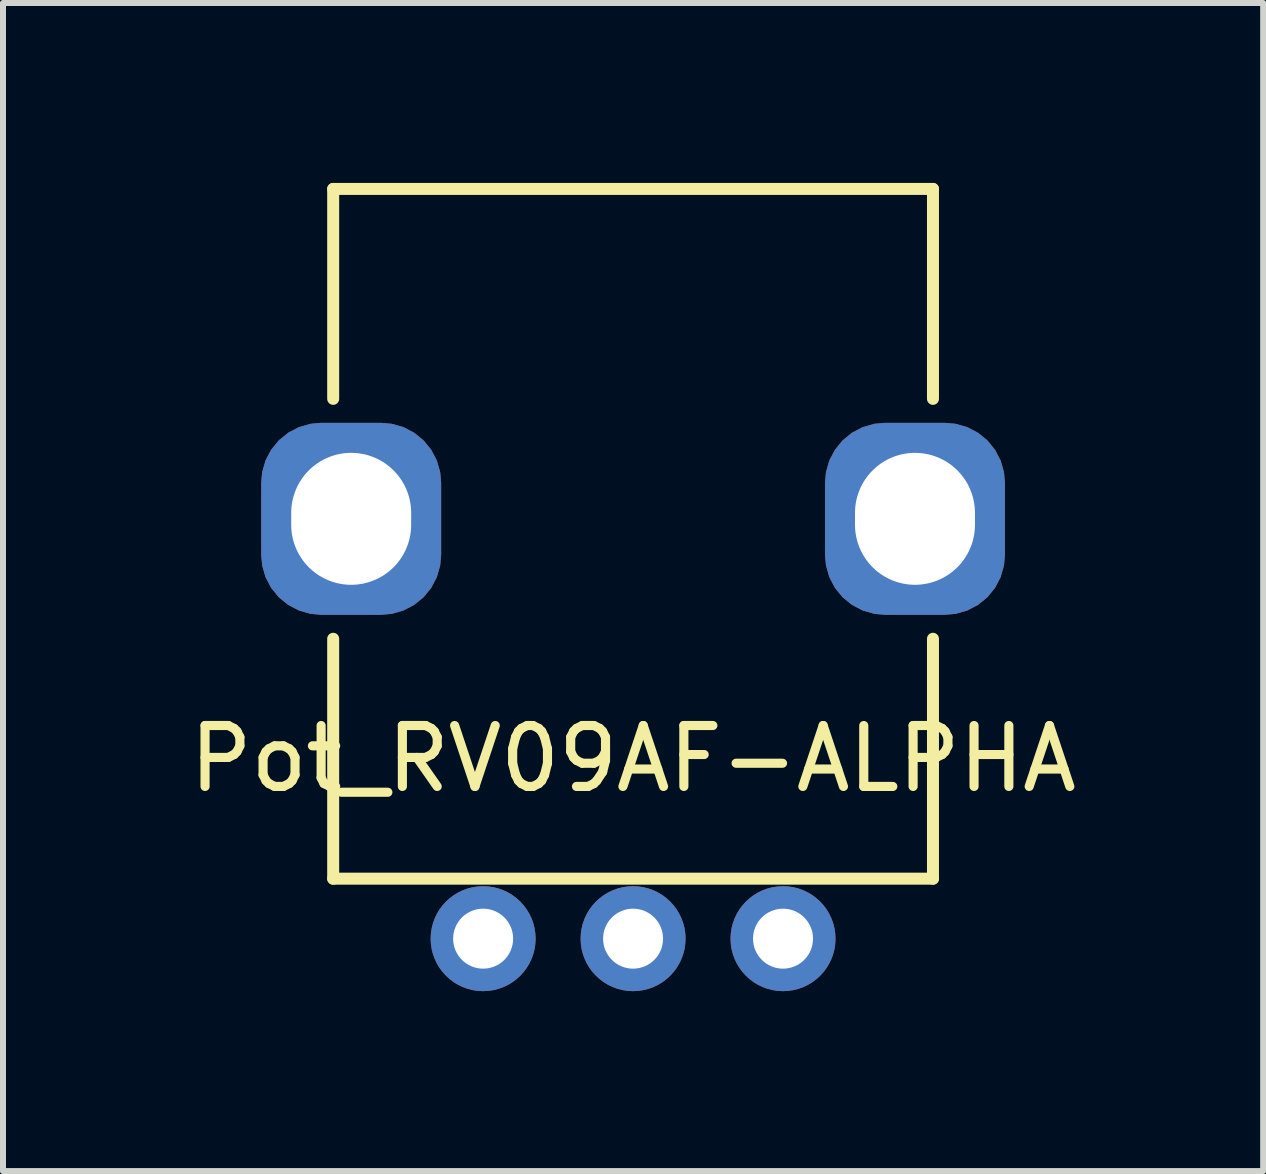
<source format=kicad_pcb>
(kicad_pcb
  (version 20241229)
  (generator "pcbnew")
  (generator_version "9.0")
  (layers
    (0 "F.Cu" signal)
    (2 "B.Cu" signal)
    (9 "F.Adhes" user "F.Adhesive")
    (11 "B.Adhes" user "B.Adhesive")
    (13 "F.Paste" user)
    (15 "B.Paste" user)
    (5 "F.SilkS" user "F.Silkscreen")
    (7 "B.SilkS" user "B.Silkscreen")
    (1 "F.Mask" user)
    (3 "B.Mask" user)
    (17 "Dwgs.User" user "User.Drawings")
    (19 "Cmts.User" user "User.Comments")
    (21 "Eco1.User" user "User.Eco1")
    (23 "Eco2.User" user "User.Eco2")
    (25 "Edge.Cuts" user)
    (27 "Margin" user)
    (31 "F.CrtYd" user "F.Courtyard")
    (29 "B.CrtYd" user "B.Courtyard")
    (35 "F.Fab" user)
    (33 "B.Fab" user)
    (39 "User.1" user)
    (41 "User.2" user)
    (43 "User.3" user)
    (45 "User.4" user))
  (footprint "Pot_RV09AF-ALPHA"
    (layer "F.Cu")
    (at 7.505 5.6)
    (property "Reference" "Pot_RV09AF-ALPHA" (at 0 4 0) (layer "F.SilkS") (effects (font (size 1.016 1.016) (thickness 0.152))))
    (attr through_hole)
    (fp_line (start -5 -5.5) (end 5 -5.5) (stroke (width 0.2) (type solid)) (layer "F.SilkS"))
    (fp_line (start -5 -2) (end -5 -5.5) (stroke (width 0.2) (type solid)) (layer "F.SilkS"))
    (fp_line (start -5 6) (end -5 2) (stroke (width 0.2) (type solid)) (layer "F.SilkS"))
    (fp_line (start 5 -5.5) (end 5 -2) (stroke (width 0.2) (type solid)) (layer "F.SilkS"))
    (fp_line (start 5 6) (end -5 6) (stroke (width 0.2) (type solid)) (layer "F.SilkS"))
    (fp_line (start 5 6) (end 5 2) (stroke (width 0.2) (type solid)) (layer "F.SilkS"))
    (pad "" thru_hole roundrect (at -4.7 0) (size 3 3.2) (drill oval 2 2.2) (layers "*.Cu" "*.Mask") (roundrect_rratio 0.333))
    (pad "" thru_hole roundrect (at 4.7 0) (size 3 3.2) (drill oval 2 2.2) (layers "*.Cu" "*.Mask") (roundrect_rratio 0.333))
    (pad "1" thru_hole circle (at -2.5 7) (size 1.75 1.75) (drill 1) (layers "*.Cu" "*.Mask"))
    (pad "2" thru_hole circle (at 0 7) (size 1.75 1.75) (drill 1) (layers "*.Cu" "*.Mask"))
    (pad "3" thru_hole circle (at 2.5 7) (size 1.75 1.75) (drill 1) (layers "*.Cu" "*.Mask")))
  (gr_rect
    (start -3 -3)
    (end 18.01 16.475)
    (stroke (width 0.1) (type default))
    (fill no)
    (layer "Edge.Cuts")))
</source>
